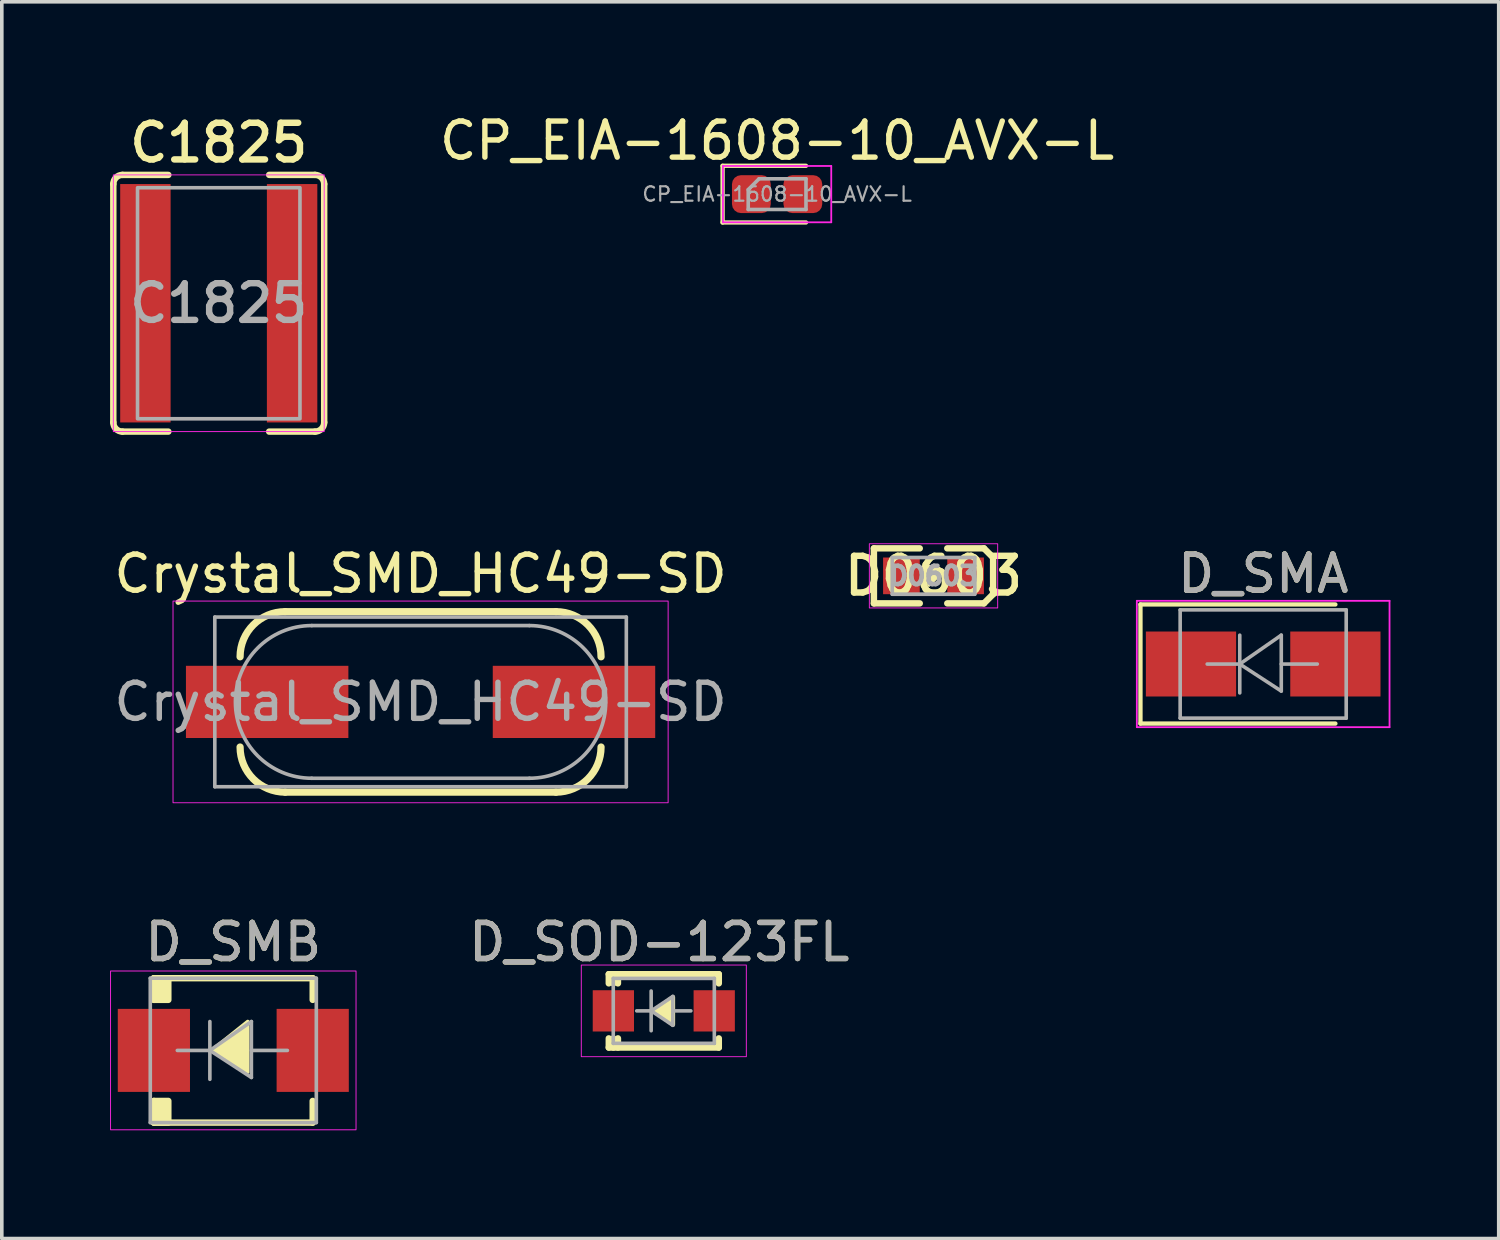
<source format=kicad_pcb>
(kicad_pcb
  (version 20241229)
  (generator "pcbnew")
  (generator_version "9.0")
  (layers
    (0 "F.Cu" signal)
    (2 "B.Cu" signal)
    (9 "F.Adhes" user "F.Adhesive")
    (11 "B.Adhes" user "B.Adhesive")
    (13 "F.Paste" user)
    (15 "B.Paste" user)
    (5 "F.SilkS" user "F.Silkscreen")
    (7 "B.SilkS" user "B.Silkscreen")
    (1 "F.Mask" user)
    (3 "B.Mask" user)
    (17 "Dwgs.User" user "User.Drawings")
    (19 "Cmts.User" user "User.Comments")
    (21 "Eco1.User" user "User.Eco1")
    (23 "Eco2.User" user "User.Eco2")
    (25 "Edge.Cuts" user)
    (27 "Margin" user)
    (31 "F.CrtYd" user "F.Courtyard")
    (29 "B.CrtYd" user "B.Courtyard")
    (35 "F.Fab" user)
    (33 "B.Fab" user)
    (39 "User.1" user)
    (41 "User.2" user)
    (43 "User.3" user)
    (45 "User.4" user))
  (footprint "CP_EIA-1608-10_AVX-L"
    (layer "F.Cu")
    (at 18.478 2.328)
    (property "Reference" "CP_EIA-1608-10_AVX-L" (at 0 -1.48 0) (layer "F.SilkS") (effects (font (size 1 1) (thickness 0.15))))
    (attr smd)
    (fp_line (start -1.51 -0.785) (end -1.51 0.785) (stroke (width 0.12) (type solid)) (layer "F.SilkS"))
    (fp_line (start -1.51 0.785) (end 0.8 0.785) (stroke (width 0.12) (type solid)) (layer "F.SilkS"))
    (fp_line (start 0.8 -0.785) (end -1.51 -0.785) (stroke (width 0.12) (type solid)) (layer "F.SilkS"))
    (fp_line (start -1.5 -0.78) (end 1.5 -0.78) (stroke (width 0.05) (type solid)) (layer "F.CrtYd"))
    (fp_line (start -1.5 0.78) (end -1.5 -0.78) (stroke (width 0.05) (type solid)) (layer "F.CrtYd"))
    (fp_line (start 1.5 -0.78) (end 1.5 0.78) (stroke (width 0.05) (type solid)) (layer "F.CrtYd"))
    (fp_line (start 1.5 0.78) (end -1.5 0.78) (stroke (width 0.05) (type solid)) (layer "F.CrtYd"))
    (fp_line (start -0.8 -0.125) (end -0.8 0.425) (stroke (width 0.1) (type solid)) (layer "F.Fab"))
    (fp_line (start -0.8 0.425) (end 0.8 0.425) (stroke (width 0.1) (type solid)) (layer "F.Fab"))
    (fp_line (start -0.5 -0.425) (end -0.8 -0.125) (stroke (width 0.1) (type solid)) (layer "F.Fab"))
    (fp_line (start 0.8 -0.425) (end -0.5 -0.425) (stroke (width 0.1) (type solid)) (layer "F.Fab"))
    (fp_line (start 0.8 0.425) (end 0.8 -0.425) (stroke (width 0.1) (type solid)) (layer "F.Fab"))
    (fp_text user "${REFERENCE}" (at 0 0 0) (layer "F.Fab") (effects (font (size 0.4 0.4) (thickness 0.06))))
    (pad "1" smd roundrect (at -0.713 0) (size 1.075 1.05) (layers "F.Cu" "F.Mask" "F.Paste") (roundrect_rratio 0.238))
    (pad "2" smd roundrect (at 0.713 0) (size 1.075 1.05) (layers "F.Cu" "F.Mask" "F.Paste") (roundrect_rratio 0.238)))
  (footprint "D_SMA"
    (layer "F.Cu")
    (at 31.944 15.345)
    (property "Reference" "D_SMA" (at 0 -2.5 0) (layer "F.SilkS") (effects (font (size 1 1) (thickness 0.15))))
    (attr smd)
    (fp_line (start -3.4 -1.65) (end -3.4 1.65) (stroke (width 0.12) (type solid)) (layer "F.SilkS"))
    (fp_line (start -3.4 -1.65) (end 2 -1.65) (stroke (width 0.12) (type solid)) (layer "F.SilkS"))
    (fp_line (start -3.4 1.65) (end 2 1.65) (stroke (width 0.12) (type solid)) (layer "F.SilkS"))
    (fp_line (start -3.5 -1.75) (end 3.5 -1.75) (stroke (width 0.05) (type solid)) (layer "F.CrtYd"))
    (fp_line (start -3.5 1.75) (end -3.5 -1.75) (stroke (width 0.05) (type solid)) (layer "F.CrtYd"))
    (fp_line (start 3.5 -1.75) (end 3.5 1.75) (stroke (width 0.05) (type solid)) (layer "F.CrtYd"))
    (fp_line (start 3.5 1.75) (end -3.5 1.75) (stroke (width 0.05) (type solid)) (layer "F.CrtYd"))
    (fp_line (start -2.3 1.5) (end -2.3 -1.5) (stroke (width 0.1) (type solid)) (layer "F.Fab"))
    (fp_line (start -0.649 -0.799) (end -0.649 0.801) (stroke (width 0.1) (type solid)) (layer "F.Fab"))
    (fp_line (start -0.649 0.001) (end -1.551 0.001) (stroke (width 0.1) (type solid)) (layer "F.Fab"))
    (fp_line (start -0.649 0.001) (end 0.501 -0.799) (stroke (width 0.1) (type solid)) (layer "F.Fab"))
    (fp_line (start -0.649 0.001) (end 0.501 0.75) (stroke (width 0.1) (type solid)) (layer "F.Fab"))
    (fp_line (start 0.501 0.001) (end 1.499 0.001) (stroke (width 0.1) (type solid)) (layer "F.Fab"))
    (fp_line (start 0.501 0.75) (end 0.501 -0.799) (stroke (width 0.1) (type solid)) (layer "F.Fab"))
    (fp_line (start 2.3 -1.5) (end -2.3 -1.5) (stroke (width 0.1) (type solid)) (layer "F.Fab"))
    (fp_line (start 2.3 -1.5) (end 2.3 1.5) (stroke (width 0.1) (type solid)) (layer "F.Fab"))
    (fp_line (start 2.3 1.5) (end -2.3 1.5) (stroke (width 0.1) (type solid)) (layer "F.Fab"))
    (fp_text user "${REFERENCE}" (at 0 -2.5 0) (layer "F.Fab") (effects (font (size 1 1) (thickness 0.15))))
    (pad "A" smd rect (at 2 0) (size 2.5 1.8) (layers "F.Cu" "F.Mask" "F.Paste"))
    (pad "C" smd rect (at -2 0) (size 2.5 1.8) (layers "F.Cu" "F.Mask" "F.Paste")))
  (footprint "C1825"
    (layer "F.Cu")
    (at 3.01 5.351)
    (property "Reference" "C1825" (at 0 -4.445 0) (unlocked yes) (layer "F.SilkS") (effects (font (size 1.016 1.016) (thickness 0.178))))
    (attr smd)
    (fp_line (start -2.921 3.302) (end -2.921 -3.302) (stroke (width 0.178) (type solid)) (layer "F.SilkS"))
    (fp_line (start -2.667 -3.556) (end -1.397 -3.556) (stroke (width 0.178) (type solid)) (layer "F.SilkS"))
    (fp_line (start -2.667 3.556) (end -1.397 3.556) (stroke (width 0.178) (type solid)) (layer "F.SilkS"))
    (fp_line (start 1.397 -3.556) (end 2.667 -3.556) (stroke (width 0.178) (type solid)) (layer "F.SilkS"))
    (fp_line (start 1.397 3.556) (end 2.667 3.556) (stroke (width 0.178) (type solid)) (layer "F.SilkS"))
    (fp_line (start 2.921 3.302) (end 2.921 -3.302) (stroke (width 0.178) (type solid)) (layer "F.SilkS"))
    (fp_arc (start -2.920999 -3.302001) (mid -2.846603 -3.481606) (end -2.666997 -3.555999) (stroke (width 0.1778) (type solid)) (layer "F.SilkS"))
    (fp_arc (start -2.667 3.556) (mid -2.846604 3.481606) (end -2.920998 3.302002) (stroke (width 0.1778) (type solid)) (layer "F.SilkS"))
    (fp_arc (start 2.666999 -3.555997) (mid 2.846603 -3.481603) (end 2.920997 -3.301999) (stroke (width 0.1778) (type solid)) (layer "F.SilkS"))
    (fp_arc (start 2.920997 3.301999) (mid 2.846603 3.481603) (end 2.666999 3.555997) (stroke (width 0.1778) (type solid)) (layer "F.SilkS"))
    (fp_rect (start -2.921 3.556) (end 2.921 -3.556) (stroke (width 0.025) (type solid)) (fill no) (layer "F.CrtYd"))
    (fp_rect (start -2.25 -3.2) (end 2.25 3.2) (stroke (width 0.1) (type solid)) (fill no) (layer "F.Fab"))
    (fp_text user "${REFERENCE}" (at 0 0 0) (unlocked yes) (layer "F.Fab") (effects (font (size 1.016 1.016) (thickness 0.178))))
    (pad "1" smd rect (at -2.032 0) (size 1.397 6.604) (layers "F.Cu" "F.Mask" "F.Paste"))
    (pad "2" smd rect (at 2.032 0) (size 1.397 6.604) (layers "F.Cu" "F.Mask" "F.Paste")))
  (footprint "D_SOD-123FL"
    (layer "F.Cu")
    (at 15.339 24.954)
    (property "Reference" "D_SOD-123FL" (at -0.127 -1.905 0) (layer "F.SilkS") (effects (font (size 1 1) (thickness 0.15))))
    (attr smd)
    (fp_line (start -1.524 -1.016) (end 1.524 -1.016) (stroke (width 0.178) (type solid)) (layer "F.SilkS"))
    (fp_line (start -1.524 -0.762) (end -1.524 -1.016) (stroke (width 0.178) (type solid)) (layer "F.SilkS"))
    (fp_line (start -1.524 1.016) (end -1.524 0.762) (stroke (width 0.178) (type solid)) (layer "F.SilkS"))
    (fp_line (start -1.397 -0.762) (end -1.397 -1.016) (stroke (width 0.178) (type solid)) (layer "F.SilkS"))
    (fp_line (start -1.397 1.016) (end -1.397 0.762) (stroke (width 0.178) (type solid)) (layer "F.SilkS"))
    (fp_line (start -1.27 -0.762) (end -1.27 -1.016) (stroke (width 0.178) (type solid)) (layer "F.SilkS"))
    (fp_line (start -1.27 0.762) (end -1.27 1.016) (stroke (width 0.178) (type solid)) (layer "F.SilkS"))
    (fp_line (start 1.524 -1.016) (end 1.524 -0.762) (stroke (width 0.178) (type solid)) (layer "F.SilkS"))
    (fp_line (start 1.524 0.762) (end 1.524 1.016) (stroke (width 0.178) (type solid)) (layer "F.SilkS"))
    (fp_line (start 1.524 1.016) (end -1.524 1.016) (stroke (width 0.178) (type solid)) (layer "F.SilkS"))
    (fp_poly (pts (xy 0.254 0.381) (xy -0.254 0) (xy 0.254 -0.381)) (stroke (width 0.12) (type solid)) (fill yes) (layer "F.SilkS"))
    (fp_rect (start -2.286 1.27) (end 2.286 -1.27) (stroke (width 0.025) (type solid)) (fill no) (layer "F.CrtYd"))
    (fp_line (start -1.4 -0.9) (end 1.4 -0.9) (stroke (width 0.1) (type solid)) (layer "F.Fab"))
    (fp_line (start -1.4 0.9) (end -1.4 -0.9) (stroke (width 0.1) (type solid)) (layer "F.Fab"))
    (fp_line (start -0.75 0) (end -0.35 0) (stroke (width 0.1) (type solid)) (layer "F.Fab"))
    (fp_line (start -0.35 0) (end -0.35 -0.55) (stroke (width 0.1) (type solid)) (layer "F.Fab"))
    (fp_line (start -0.35 0) (end -0.35 0.55) (stroke (width 0.1) (type solid)) (layer "F.Fab"))
    (fp_line (start -0.35 0) (end 0.25 -0.4) (stroke (width 0.1) (type solid)) (layer "F.Fab"))
    (fp_line (start 0.25 -0.4) (end 0.25 0.4) (stroke (width 0.1) (type solid)) (layer "F.Fab"))
    (fp_line (start 0.25 0) (end 0.75 0) (stroke (width 0.1) (type solid)) (layer "F.Fab"))
    (fp_line (start 0.25 0.4) (end -0.35 0) (stroke (width 0.1) (type solid)) (layer "F.Fab"))
    (fp_line (start 1.4 -0.9) (end 1.4 0.9) (stroke (width 0.1) (type solid)) (layer "F.Fab"))
    (fp_line (start 1.4 0.9) (end -1.4 0.9) (stroke (width 0.1) (type solid)) (layer "F.Fab"))
    (fp_text user "${REFERENCE}" (at -0.127 -1.905 0) (layer "F.Fab") (effects (font (size 1 1) (thickness 0.15))))
    (pad "A" smd rect (at 1.397 0) (size 1.143 1.143) (layers "F.Cu" "F.Mask" "F.Paste"))
    (pad "C" smd rect (at -1.397 0) (size 1.143 1.143) (layers "F.Cu" "F.Mask" "F.Paste")))
  (footprint "D0603"
    (layer "F.Cu")
    (at 22.811 12.903)
    (property "Reference" "D0603" (at 0 0 0) (layer "F.SilkS") (effects (font (size 1.016 1.016) (thickness 0.178))))
    (attr smd)
    (fp_line (start -1.651 -0.762) (end -0.381 -0.762) (stroke (width 0.178) (type solid)) (layer "F.SilkS"))
    (fp_line (start -1.651 0.762) (end -1.651 -0.762) (stroke (width 0.178) (type solid)) (layer "F.SilkS"))
    (fp_line (start -1.651 0.762) (end -0.381 0.762) (stroke (width 0.178) (type solid)) (layer "F.SilkS"))
    (fp_line (start 0.381 -0.762) (end 1.397 -0.762) (stroke (width 0.178) (type solid)) (layer "F.SilkS"))
    (fp_line (start 0.381 0.762) (end 1.397 0.762) (stroke (width 0.178) (type solid)) (layer "F.SilkS"))
    (fp_line (start 1.397 -0.762) (end 1.651 -0.508) (stroke (width 0.178) (type solid)) (layer "F.SilkS"))
    (fp_line (start 1.397 0.762) (end 1.651 0.508) (stroke (width 0.178) (type solid)) (layer "F.SilkS"))
    (fp_line (start 1.651 0.508) (end 1.651 -0.508) (stroke (width 0.178) (type solid)) (layer "F.SilkS"))
    (fp_poly (pts (xy 0.127 0) (xy -0.127 0.254) (xy -0.127 -0.254)) (stroke (width 0.1) (type solid)) (fill yes) (layer "F.SilkS"))
    (fp_rect (start -1.778 -0.889) (end 1.778 0.889) (stroke (width 0.025) (type solid)) (fill no) (layer "F.CrtYd"))
    (fp_line (start -1.143 -0.508) (end 1.143 -0.508) (stroke (width 0.102) (type solid)) (layer "F.Fab"))
    (fp_line (start -1.143 0.508) (end -1.143 -0.508) (stroke (width 0.102) (type solid)) (layer "F.Fab"))
    (fp_line (start 1.143 0.508) (end -1.143 0.508) (stroke (width 0.102) (type solid)) (layer "F.Fab"))
    (fp_line (start 1.143 0.508) (end 1.143 -0.508) (stroke (width 0.102) (type solid)) (layer "F.Fab"))
    (fp_text user "${REFERENCE}" (at 0 0 0) (layer "F.Fab") (effects (font (size 0.508 0.508) (thickness 0.127))))
    (pad "A" smd rect (at -0.889 0) (size 1.016 1.016) (layers "F.Cu" "F.Mask" "F.Paste"))
    (pad "K" smd rect (at 0.889 0) (size 1.016 1.016) (layers "F.Cu" "F.Mask" "F.Paste")))
  (footprint "D_SMB"
    (layer "F.Cu")
    (at 3.413 26.049)
    (property "Reference" "D_SMB" (at 0 -3 0) (layer "F.SilkS") (effects (font (size 1 1) (thickness 0.15))))
    (attr smd)
    (fp_line (start -2.2 -2) (end 2.2 -2) (stroke (width 0.178) (type solid)) (layer "F.SilkS"))
    (fp_line (start -2.2 -1.4) (end -2.2 -2) (stroke (width 0.178) (type solid)) (layer "F.SilkS"))
    (fp_line (start -2.2 2) (end -2.2 1.4) (stroke (width 0.178) (type solid)) (layer "F.SilkS"))
    (fp_line (start 2.2 -2) (end 2.2 -1.4) (stroke (width 0.178) (type solid)) (layer "F.SilkS"))
    (fp_line (start 2.2 1.4) (end 2.2 2) (stroke (width 0.178) (type solid)) (layer "F.SilkS"))
    (fp_line (start 2.2 2) (end -2.2 2) (stroke (width 0.178) (type solid)) (layer "F.SilkS"))
    (fp_rect (start -2.2 -2) (end -1.8 -1.4) (stroke (width 0.178) (type solid)) (fill yes) (layer "F.SilkS"))
    (fp_rect (start -2.2 1.4) (end -1.8 2) (stroke (width 0.178) (type solid)) (fill yes) (layer "F.SilkS"))
    (fp_poly (pts (xy -0.6 0) (xy 0.4 -0.8) (xy 0.4 0.6)) (stroke (width 0.1) (type solid)) (fill yes) (layer "F.SilkS"))
    (fp_rect (start -3.4 -2.2) (end 3.4 2.2) (stroke (width 0.025) (type solid)) (fill no) (layer "F.CrtYd"))
    (fp_line (start -2.3 2) (end -2.3 -2) (stroke (width 0.1) (type solid)) (layer "F.Fab"))
    (fp_line (start -0.649 -0.799) (end -0.649 0.801) (stroke (width 0.1) (type solid)) (layer "F.Fab"))
    (fp_line (start -0.649 0.001) (end -1.551 0.001) (stroke (width 0.1) (type solid)) (layer "F.Fab"))
    (fp_line (start -0.649 0.001) (end 0.501 -0.799) (stroke (width 0.1) (type solid)) (layer "F.Fab"))
    (fp_line (start -0.649 0.001) (end 0.501 0.75) (stroke (width 0.1) (type solid)) (layer "F.Fab"))
    (fp_line (start 0.501 0.001) (end 1.499 0.001) (stroke (width 0.1) (type solid)) (layer "F.Fab"))
    (fp_line (start 0.501 0.75) (end 0.501 -0.799) (stroke (width 0.1) (type solid)) (layer "F.Fab"))
    (fp_line (start 2.3 -2) (end -2.3 -2) (stroke (width 0.1) (type solid)) (layer "F.Fab"))
    (fp_line (start 2.3 -2) (end 2.3 2) (stroke (width 0.1) (type solid)) (layer "F.Fab"))
    (fp_line (start 2.3 2) (end -2.3 2) (stroke (width 0.1) (type solid)) (layer "F.Fab"))
    (fp_text user "${REFERENCE}" (at 0 -3 0) (layer "F.Fab") (effects (font (size 1 1) (thickness 0.15))))
    (pad "A" smd rect (at 2.2 0) (size 2 2.3) (layers "F.Cu" "F.Mask" "F.Paste"))
    (pad "C" smd rect (at -2.2 0) (size 2 2.3) (layers "F.Cu" "F.Mask" "F.Paste")))
  (footprint "Crystal_SMD_HC49-SD"
    (layer "F.Cu")
    (at 8.601 16.395)
    (property "Reference" "Crystal_SMD_HC49-SD" (at 0 -3.55 0) (layer "F.SilkS") (effects (font (size 1 1) (thickness 0.15))))
    (attr smd)
    (fp_line (start -3.75 2.5) (end 3.75 2.5) (stroke (width 0.2) (type solid)) (layer "F.SilkS"))
    (fp_line (start 3.75 -2.5) (end -3.75 -2.5) (stroke (width 0.2) (type solid)) (layer "F.SilkS"))
    (fp_arc (start -5 -1.25) (mid -4.633884 -2.133883) (end -3.750001 -2.499999) (stroke (width 0.2) (type solid)) (layer "F.SilkS"))
    (fp_arc (start -3.750002 2.499986) (mid -4.633882 2.133876) (end -5 1.25) (stroke (width 0.2) (type solid)) (layer "F.SilkS"))
    (fp_arc (start 3.750001 -2.500001) (mid 4.633884 -2.133884) (end 5 -1.25) (stroke (width 0.2) (type solid)) (layer "F.SilkS"))
    (fp_arc (start 5 1.25) (mid 4.633884 2.133883) (end 3.750001 2.499999) (stroke (width 0.2) (type solid)) (layer "F.SilkS"))
    (fp_rect (start -6.858 2.794) (end 6.858 -2.794) (stroke (width 0.025) (type solid)) (fill no) (layer "F.CrtYd"))
    (fp_line (start -5.7 -2.35) (end -5.7 2.35) (stroke (width 0.1) (type solid)) (layer "F.Fab"))
    (fp_line (start -5.7 2.35) (end 5.7 2.35) (stroke (width 0.1) (type solid)) (layer "F.Fab"))
    (fp_line (start -3.015 -2.115) (end 3.015 -2.115) (stroke (width 0.1) (type solid)) (layer "F.Fab"))
    (fp_line (start -3.015 2.115) (end 3.015 2.115) (stroke (width 0.1) (type solid)) (layer "F.Fab"))
    (fp_line (start 5.7 -2.35) (end -5.7 -2.35) (stroke (width 0.1) (type solid)) (layer "F.Fab"))
    (fp_line (start 5.7 2.35) (end 5.7 -2.35) (stroke (width 0.1) (type solid)) (layer "F.Fab"))
    (fp_arc (start -3.015 2.115) (mid -5.13 0) (end -3.015 -2.115) (stroke (width 0.1) (type solid)) (layer "F.Fab"))
    (fp_arc (start 3.015 -2.115) (mid 5.13 0) (end 3.015 2.115) (stroke (width 0.1) (type solid)) (layer "F.Fab"))
    (fp_text user "${REFERENCE}" (at 0 0 0) (layer "F.Fab") (effects (font (size 1 1) (thickness 0.15))))
    (pad "1" smd rect (at -4.25 0) (size 4.5 2) (layers "F.Cu" "F.Mask" "F.Paste"))
    (pad "2" smd rect (at 4.25 0) (size 4.5 2) (layers "F.Cu" "F.Mask" "F.Paste")))
  (gr_rect
    (start -3 -3)
    (end 38.469 31.262)
    (stroke (width 0.1) (type default))
    (fill no)
    (layer "Edge.Cuts")))
</source>
